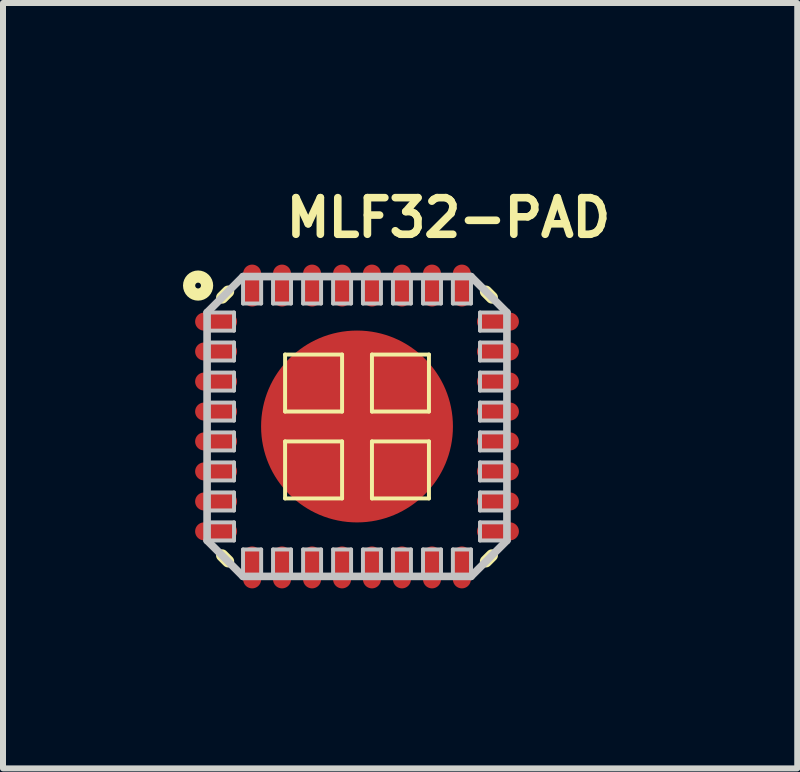
<source format=kicad_pcb>
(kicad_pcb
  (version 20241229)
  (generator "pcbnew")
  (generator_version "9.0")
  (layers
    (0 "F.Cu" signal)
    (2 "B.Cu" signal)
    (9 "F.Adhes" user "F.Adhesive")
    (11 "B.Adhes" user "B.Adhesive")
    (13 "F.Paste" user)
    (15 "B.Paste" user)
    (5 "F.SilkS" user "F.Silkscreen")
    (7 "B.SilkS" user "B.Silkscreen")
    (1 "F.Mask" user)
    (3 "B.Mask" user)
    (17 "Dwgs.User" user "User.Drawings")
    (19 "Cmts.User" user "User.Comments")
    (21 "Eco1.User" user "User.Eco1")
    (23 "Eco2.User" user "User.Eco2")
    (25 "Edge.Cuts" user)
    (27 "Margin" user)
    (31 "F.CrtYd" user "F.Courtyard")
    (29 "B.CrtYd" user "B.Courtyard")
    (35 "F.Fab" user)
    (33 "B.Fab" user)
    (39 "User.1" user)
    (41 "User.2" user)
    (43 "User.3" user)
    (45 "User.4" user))
  (footprint "MLF32-PAD"
    (layer "F.Cu")
    (at 2.901 4.059)
    (property "Reference" "MLF32-PAD" (at 1.524 -3.48 0) (layer "F.SilkS") (effects (font (size 0.61 0.61) (thickness 0.127))))
    (attr smd)
    (fp_line (start -2.248 -2.149) (end -2.149 -2.248) (stroke (width 0.203) (type solid)) (layer "F.SilkS"))
    (fp_line (start -2.149 2.248) (end -2.248 2.149) (stroke (width 0.203) (type solid)) (layer "F.SilkS"))
    (fp_line (start -1.199 -1.199) (end -0.249 -1.199) (stroke (width 0.066) (type solid)) (layer "F.SilkS"))
    (fp_line (start -1.199 -0.249) (end -1.199 -1.199) (stroke (width 0.066) (type solid)) (layer "F.SilkS"))
    (fp_line (start -1.199 -0.249) (end -0.249 -0.249) (stroke (width 0.066) (type solid)) (layer "F.SilkS"))
    (fp_line (start -1.199 0.249) (end -0.249 0.249) (stroke (width 0.066) (type solid)) (layer "F.SilkS"))
    (fp_line (start -1.199 1.199) (end -1.199 0.249) (stroke (width 0.066) (type solid)) (layer "F.SilkS"))
    (fp_line (start -1.199 1.199) (end -0.249 1.199) (stroke (width 0.066) (type solid)) (layer "F.SilkS"))
    (fp_line (start -0.249 -0.249) (end -0.249 -1.199) (stroke (width 0.066) (type solid)) (layer "F.SilkS"))
    (fp_line (start -0.249 1.199) (end -0.249 0.249) (stroke (width 0.066) (type solid)) (layer "F.SilkS"))
    (fp_line (start 0.249 -1.199) (end 1.199 -1.199) (stroke (width 0.066) (type solid)) (layer "F.SilkS"))
    (fp_line (start 0.249 -0.249) (end 0.249 -1.199) (stroke (width 0.066) (type solid)) (layer "F.SilkS"))
    (fp_line (start 0.249 -0.249) (end 1.199 -0.249) (stroke (width 0.066) (type solid)) (layer "F.SilkS"))
    (fp_line (start 0.249 0.249) (end 1.199 0.249) (stroke (width 0.066) (type solid)) (layer "F.SilkS"))
    (fp_line (start 0.249 1.199) (end 0.249 0.249) (stroke (width 0.066) (type solid)) (layer "F.SilkS"))
    (fp_line (start 0.249 1.199) (end 1.199 1.199) (stroke (width 0.066) (type solid)) (layer "F.SilkS"))
    (fp_line (start 1.199 -0.249) (end 1.199 -1.199) (stroke (width 0.066) (type solid)) (layer "F.SilkS"))
    (fp_line (start 1.199 1.199) (end 1.199 0.249) (stroke (width 0.066) (type solid)) (layer "F.SilkS"))
    (fp_line (start 2.149 -2.248) (end 2.248 -2.149) (stroke (width 0.203) (type solid)) (layer "F.SilkS"))
    (fp_line (start 2.248 2.149) (end 2.149 2.248) (stroke (width 0.203) (type solid)) (layer "F.SilkS"))
    (fp_circle (center -2.649 -2.349) (end -2.649 -2.499) (stroke (width 0.203) (type solid)) (fill no) (layer "F.SilkS"))
    (fp_line (start -2.499 -1.9) (end -2.05 -1.9) (stroke (width 0.066) (type solid)) (layer "Dwgs.User"))
    (fp_line (start -2.499 -1.9) (end -1.9 -2.499) (stroke (width 0.127) (type solid)) (layer "Dwgs.User"))
    (fp_line (start -2.499 -1.598) (end -2.499 -1.9) (stroke (width 0.066) (type solid)) (layer "Dwgs.User"))
    (fp_line (start -2.499 -1.598) (end -2.05 -1.598) (stroke (width 0.066) (type solid)) (layer "Dwgs.User"))
    (fp_line (start -2.499 -1.4) (end -2.05 -1.4) (stroke (width 0.066) (type solid)) (layer "Dwgs.User"))
    (fp_line (start -2.499 -1.1) (end -2.499 -1.4) (stroke (width 0.066) (type solid)) (layer "Dwgs.User"))
    (fp_line (start -2.499 -1.1) (end -2.05 -1.1) (stroke (width 0.066) (type solid)) (layer "Dwgs.User"))
    (fp_line (start -2.499 -0.899) (end -2.05 -0.899) (stroke (width 0.066) (type solid)) (layer "Dwgs.User"))
    (fp_line (start -2.499 -0.599) (end -2.499 -0.899) (stroke (width 0.066) (type solid)) (layer "Dwgs.User"))
    (fp_line (start -2.499 -0.599) (end -2.05 -0.599) (stroke (width 0.066) (type solid)) (layer "Dwgs.User"))
    (fp_line (start -2.499 -0.399) (end -2.05 -0.399) (stroke (width 0.066) (type solid)) (layer "Dwgs.User"))
    (fp_line (start -2.499 -0.099) (end -2.499 -0.399) (stroke (width 0.066) (type solid)) (layer "Dwgs.User"))
    (fp_line (start -2.499 -0.099) (end -2.05 -0.099) (stroke (width 0.066) (type solid)) (layer "Dwgs.User"))
    (fp_line (start -2.499 0.099) (end -2.05 0.099) (stroke (width 0.066) (type solid)) (layer "Dwgs.User"))
    (fp_line (start -2.499 0.399) (end -2.499 0.099) (stroke (width 0.066) (type solid)) (layer "Dwgs.User"))
    (fp_line (start -2.499 0.399) (end -2.05 0.399) (stroke (width 0.066) (type solid)) (layer "Dwgs.User"))
    (fp_line (start -2.499 0.599) (end -2.05 0.599) (stroke (width 0.066) (type solid)) (layer "Dwgs.User"))
    (fp_line (start -2.499 0.899) (end -2.499 0.599) (stroke (width 0.066) (type solid)) (layer "Dwgs.User"))
    (fp_line (start -2.499 0.899) (end -2.05 0.899) (stroke (width 0.066) (type solid)) (layer "Dwgs.User"))
    (fp_line (start -2.499 1.1) (end -2.05 1.1) (stroke (width 0.066) (type solid)) (layer "Dwgs.User"))
    (fp_line (start -2.499 1.4) (end -2.499 1.1) (stroke (width 0.066) (type solid)) (layer "Dwgs.User"))
    (fp_line (start -2.499 1.4) (end -2.05 1.4) (stroke (width 0.066) (type solid)) (layer "Dwgs.User"))
    (fp_line (start -2.499 1.598) (end -2.05 1.598) (stroke (width 0.066) (type solid)) (layer "Dwgs.User"))
    (fp_line (start -2.499 1.9) (end -2.499 -1.9) (stroke (width 0.127) (type solid)) (layer "Dwgs.User"))
    (fp_line (start -2.499 1.9) (end -2.499 1.598) (stroke (width 0.066) (type solid)) (layer "Dwgs.User"))
    (fp_line (start -2.499 1.9) (end -2.05 1.9) (stroke (width 0.066) (type solid)) (layer "Dwgs.User"))
    (fp_line (start -2.05 -1.598) (end -2.05 -1.9) (stroke (width 0.066) (type solid)) (layer "Dwgs.User"))
    (fp_line (start -2.05 -1.1) (end -2.05 -1.4) (stroke (width 0.066) (type solid)) (layer "Dwgs.User"))
    (fp_line (start -2.05 -0.599) (end -2.05 -0.899) (stroke (width 0.066) (type solid)) (layer "Dwgs.User"))
    (fp_line (start -2.05 -0.099) (end -2.05 -0.399) (stroke (width 0.066) (type solid)) (layer "Dwgs.User"))
    (fp_line (start -2.05 0.399) (end -2.05 0.099) (stroke (width 0.066) (type solid)) (layer "Dwgs.User"))
    (fp_line (start -2.05 0.899) (end -2.05 0.599) (stroke (width 0.066) (type solid)) (layer "Dwgs.User"))
    (fp_line (start -2.05 1.4) (end -2.05 1.1) (stroke (width 0.066) (type solid)) (layer "Dwgs.User"))
    (fp_line (start -2.05 1.9) (end -2.05 1.598) (stroke (width 0.066) (type solid)) (layer "Dwgs.User"))
    (fp_line (start -1.9 -2.499) (end -1.598 -2.499) (stroke (width 0.066) (type solid)) (layer "Dwgs.User"))
    (fp_line (start -1.9 -2.499) (end 1.9 -2.499) (stroke (width 0.127) (type solid)) (layer "Dwgs.User"))
    (fp_line (start -1.9 -2.05) (end -1.9 -2.499) (stroke (width 0.066) (type solid)) (layer "Dwgs.User"))
    (fp_line (start -1.9 -2.05) (end -1.598 -2.05) (stroke (width 0.066) (type solid)) (layer "Dwgs.User"))
    (fp_line (start -1.9 2.05) (end -1.598 2.05) (stroke (width 0.066) (type solid)) (layer "Dwgs.User"))
    (fp_line (start -1.9 2.499) (end -2.499 1.9) (stroke (width 0.127) (type solid)) (layer "Dwgs.User"))
    (fp_line (start -1.9 2.499) (end -1.9 2.05) (stroke (width 0.066) (type solid)) (layer "Dwgs.User"))
    (fp_line (start -1.9 2.499) (end -1.598 2.499) (stroke (width 0.066) (type solid)) (layer "Dwgs.User"))
    (fp_line (start -1.598 -2.05) (end -1.598 -2.499) (stroke (width 0.066) (type solid)) (layer "Dwgs.User"))
    (fp_line (start -1.598 2.499) (end -1.598 2.05) (stroke (width 0.066) (type solid)) (layer "Dwgs.User"))
    (fp_line (start -1.4 -2.499) (end -1.1 -2.499) (stroke (width 0.066) (type solid)) (layer "Dwgs.User"))
    (fp_line (start -1.4 -2.05) (end -1.4 -2.499) (stroke (width 0.066) (type solid)) (layer "Dwgs.User"))
    (fp_line (start -1.4 -2.05) (end -1.1 -2.05) (stroke (width 0.066) (type solid)) (layer "Dwgs.User"))
    (fp_line (start -1.4 2.05) (end -1.1 2.05) (stroke (width 0.066) (type solid)) (layer "Dwgs.User"))
    (fp_line (start -1.4 2.499) (end -1.4 2.05) (stroke (width 0.066) (type solid)) (layer "Dwgs.User"))
    (fp_line (start -1.4 2.499) (end -1.1 2.499) (stroke (width 0.066) (type solid)) (layer "Dwgs.User"))
    (fp_line (start -1.1 -2.05) (end -1.1 -2.499) (stroke (width 0.066) (type solid)) (layer "Dwgs.User"))
    (fp_line (start -1.1 2.499) (end -1.1 2.05) (stroke (width 0.066) (type solid)) (layer "Dwgs.User"))
    (fp_line (start -0.899 -2.499) (end -0.599 -2.499) (stroke (width 0.066) (type solid)) (layer "Dwgs.User"))
    (fp_line (start -0.899 -2.05) (end -0.899 -2.499) (stroke (width 0.066) (type solid)) (layer "Dwgs.User"))
    (fp_line (start -0.899 -2.05) (end -0.599 -2.05) (stroke (width 0.066) (type solid)) (layer "Dwgs.User"))
    (fp_line (start -0.899 2.05) (end -0.599 2.05) (stroke (width 0.066) (type solid)) (layer "Dwgs.User"))
    (fp_line (start -0.899 2.499) (end -0.899 2.05) (stroke (width 0.066) (type solid)) (layer "Dwgs.User"))
    (fp_line (start -0.899 2.499) (end -0.599 2.499) (stroke (width 0.066) (type solid)) (layer "Dwgs.User"))
    (fp_line (start -0.599 -2.05) (end -0.599 -2.499) (stroke (width 0.066) (type solid)) (layer "Dwgs.User"))
    (fp_line (start -0.599 2.499) (end -0.599 2.05) (stroke (width 0.066) (type solid)) (layer "Dwgs.User"))
    (fp_line (start -0.399 -2.499) (end -0.099 -2.499) (stroke (width 0.066) (type solid)) (layer "Dwgs.User"))
    (fp_line (start -0.399 -2.05) (end -0.399 -2.499) (stroke (width 0.066) (type solid)) (layer "Dwgs.User"))
    (fp_line (start -0.399 -2.05) (end -0.099 -2.05) (stroke (width 0.066) (type solid)) (layer "Dwgs.User"))
    (fp_line (start -0.399 2.05) (end -0.099 2.05) (stroke (width 0.066) (type solid)) (layer "Dwgs.User"))
    (fp_line (start -0.399 2.499) (end -0.399 2.05) (stroke (width 0.066) (type solid)) (layer "Dwgs.User"))
    (fp_line (start -0.399 2.499) (end -0.099 2.499) (stroke (width 0.066) (type solid)) (layer "Dwgs.User"))
    (fp_line (start -0.099 -2.05) (end -0.099 -2.499) (stroke (width 0.066) (type solid)) (layer "Dwgs.User"))
    (fp_line (start -0.099 2.499) (end -0.099 2.05) (stroke (width 0.066) (type solid)) (layer "Dwgs.User"))
    (fp_line (start 0.099 -2.499) (end 0.399 -2.499) (stroke (width 0.066) (type solid)) (layer "Dwgs.User"))
    (fp_line (start 0.099 -2.05) (end 0.099 -2.499) (stroke (width 0.066) (type solid)) (layer "Dwgs.User"))
    (fp_line (start 0.099 -2.05) (end 0.399 -2.05) (stroke (width 0.066) (type solid)) (layer "Dwgs.User"))
    (fp_line (start 0.099 2.05) (end 0.399 2.05) (stroke (width 0.066) (type solid)) (layer "Dwgs.User"))
    (fp_line (start 0.099 2.499) (end 0.099 2.05) (stroke (width 0.066) (type solid)) (layer "Dwgs.User"))
    (fp_line (start 0.099 2.499) (end 0.399 2.499) (stroke (width 0.066) (type solid)) (layer "Dwgs.User"))
    (fp_line (start 0.399 -2.05) (end 0.399 -2.499) (stroke (width 0.066) (type solid)) (layer "Dwgs.User"))
    (fp_line (start 0.399 2.499) (end 0.399 2.05) (stroke (width 0.066) (type solid)) (layer "Dwgs.User"))
    (fp_line (start 0.599 -2.499) (end 0.899 -2.499) (stroke (width 0.066) (type solid)) (layer "Dwgs.User"))
    (fp_line (start 0.599 -2.05) (end 0.599 -2.499) (stroke (width 0.066) (type solid)) (layer "Dwgs.User"))
    (fp_line (start 0.599 -2.05) (end 0.899 -2.05) (stroke (width 0.066) (type solid)) (layer "Dwgs.User"))
    (fp_line (start 0.599 2.05) (end 0.899 2.05) (stroke (width 0.066) (type solid)) (layer "Dwgs.User"))
    (fp_line (start 0.599 2.499) (end 0.599 2.05) (stroke (width 0.066) (type solid)) (layer "Dwgs.User"))
    (fp_line (start 0.599 2.499) (end 0.899 2.499) (stroke (width 0.066) (type solid)) (layer "Dwgs.User"))
    (fp_line (start 0.899 -2.05) (end 0.899 -2.499) (stroke (width 0.066) (type solid)) (layer "Dwgs.User"))
    (fp_line (start 0.899 2.499) (end 0.899 2.05) (stroke (width 0.066) (type solid)) (layer "Dwgs.User"))
    (fp_line (start 1.1 -2.499) (end 1.4 -2.499) (stroke (width 0.066) (type solid)) (layer "Dwgs.User"))
    (fp_line (start 1.1 -2.05) (end 1.1 -2.499) (stroke (width 0.066) (type solid)) (layer "Dwgs.User"))
    (fp_line (start 1.1 -2.05) (end 1.4 -2.05) (stroke (width 0.066) (type solid)) (layer "Dwgs.User"))
    (fp_line (start 1.1 2.05) (end 1.4 2.05) (stroke (width 0.066) (type solid)) (layer "Dwgs.User"))
    (fp_line (start 1.1 2.499) (end 1.1 2.05) (stroke (width 0.066) (type solid)) (layer "Dwgs.User"))
    (fp_line (start 1.1 2.499) (end 1.4 2.499) (stroke (width 0.066) (type solid)) (layer "Dwgs.User"))
    (fp_line (start 1.4 -2.05) (end 1.4 -2.499) (stroke (width 0.066) (type solid)) (layer "Dwgs.User"))
    (fp_line (start 1.4 2.499) (end 1.4 2.05) (stroke (width 0.066) (type solid)) (layer "Dwgs.User"))
    (fp_line (start 1.598 -2.499) (end 1.9 -2.499) (stroke (width 0.066) (type solid)) (layer "Dwgs.User"))
    (fp_line (start 1.598 -2.05) (end 1.598 -2.499) (stroke (width 0.066) (type solid)) (layer "Dwgs.User"))
    (fp_line (start 1.598 -2.05) (end 1.9 -2.05) (stroke (width 0.066) (type solid)) (layer "Dwgs.User"))
    (fp_line (start 1.598 2.05) (end 1.9 2.05) (stroke (width 0.066) (type solid)) (layer "Dwgs.User"))
    (fp_line (start 1.598 2.499) (end 1.598 2.05) (stroke (width 0.066) (type solid)) (layer "Dwgs.User"))
    (fp_line (start 1.598 2.499) (end 1.9 2.499) (stroke (width 0.066) (type solid)) (layer "Dwgs.User"))
    (fp_line (start 1.9 -2.499) (end 2.499 -1.9) (stroke (width 0.127) (type solid)) (layer "Dwgs.User"))
    (fp_line (start 1.9 -2.05) (end 1.9 -2.499) (stroke (width 0.066) (type solid)) (layer "Dwgs.User"))
    (fp_line (start 1.9 2.499) (end -1.9 2.499) (stroke (width 0.127) (type solid)) (layer "Dwgs.User"))
    (fp_line (start 1.9 2.499) (end 1.9 2.05) (stroke (width 0.066) (type solid)) (layer "Dwgs.User"))
    (fp_line (start 2.05 -1.9) (end 2.499 -1.9) (stroke (width 0.066) (type solid)) (layer "Dwgs.User"))
    (fp_line (start 2.05 -1.598) (end 2.05 -1.9) (stroke (width 0.066) (type solid)) (layer "Dwgs.User"))
    (fp_line (start 2.05 -1.598) (end 2.499 -1.598) (stroke (width 0.066) (type solid)) (layer "Dwgs.User"))
    (fp_line (start 2.05 -1.4) (end 2.499 -1.4) (stroke (width 0.066) (type solid)) (layer "Dwgs.User"))
    (fp_line (start 2.05 -1.1) (end 2.05 -1.4) (stroke (width 0.066) (type solid)) (layer "Dwgs.User"))
    (fp_line (start 2.05 -1.1) (end 2.499 -1.1) (stroke (width 0.066) (type solid)) (layer "Dwgs.User"))
    (fp_line (start 2.05 -0.899) (end 2.499 -0.899) (stroke (width 0.066) (type solid)) (layer "Dwgs.User"))
    (fp_line (start 2.05 -0.599) (end 2.05 -0.899) (stroke (width 0.066) (type solid)) (layer "Dwgs.User"))
    (fp_line (start 2.05 -0.599) (end 2.499 -0.599) (stroke (width 0.066) (type solid)) (layer "Dwgs.User"))
    (fp_line (start 2.05 -0.399) (end 2.499 -0.399) (stroke (width 0.066) (type solid)) (layer "Dwgs.User"))
    (fp_line (start 2.05 -0.099) (end 2.05 -0.399) (stroke (width 0.066) (type solid)) (layer "Dwgs.User"))
    (fp_line (start 2.05 -0.099) (end 2.499 -0.099) (stroke (width 0.066) (type solid)) (layer "Dwgs.User"))
    (fp_line (start 2.05 0.099) (end 2.499 0.099) (stroke (width 0.066) (type solid)) (layer "Dwgs.User"))
    (fp_line (start 2.05 0.399) (end 2.05 0.099) (stroke (width 0.066) (type solid)) (layer "Dwgs.User"))
    (fp_line (start 2.05 0.399) (end 2.499 0.399) (stroke (width 0.066) (type solid)) (layer "Dwgs.User"))
    (fp_line (start 2.05 0.599) (end 2.499 0.599) (stroke (width 0.066) (type solid)) (layer "Dwgs.User"))
    (fp_line (start 2.05 0.899) (end 2.05 0.599) (stroke (width 0.066) (type solid)) (layer "Dwgs.User"))
    (fp_line (start 2.05 0.899) (end 2.499 0.899) (stroke (width 0.066) (type solid)) (layer "Dwgs.User"))
    (fp_line (start 2.05 1.1) (end 2.499 1.1) (stroke (width 0.066) (type solid)) (layer "Dwgs.User"))
    (fp_line (start 2.05 1.4) (end 2.05 1.1) (stroke (width 0.066) (type solid)) (layer "Dwgs.User"))
    (fp_line (start 2.05 1.4) (end 2.499 1.4) (stroke (width 0.066) (type solid)) (layer "Dwgs.User"))
    (fp_line (start 2.05 1.598) (end 2.499 1.598) (stroke (width 0.066) (type solid)) (layer "Dwgs.User"))
    (fp_line (start 2.05 1.9) (end 2.05 1.598) (stroke (width 0.066) (type solid)) (layer "Dwgs.User"))
    (fp_line (start 2.05 1.9) (end 2.499 1.9) (stroke (width 0.066) (type solid)) (layer "Dwgs.User"))
    (fp_line (start 2.499 -1.9) (end 2.499 1.9) (stroke (width 0.127) (type solid)) (layer "Dwgs.User"))
    (fp_line (start 2.499 -1.598) (end 2.499 -1.9) (stroke (width 0.066) (type solid)) (layer "Dwgs.User"))
    (fp_line (start 2.499 -1.1) (end 2.499 -1.4) (stroke (width 0.066) (type solid)) (layer "Dwgs.User"))
    (fp_line (start 2.499 -0.599) (end 2.499 -0.899) (stroke (width 0.066) (type solid)) (layer "Dwgs.User"))
    (fp_line (start 2.499 -0.099) (end 2.499 -0.399) (stroke (width 0.066) (type solid)) (layer "Dwgs.User"))
    (fp_line (start 2.499 0.399) (end 2.499 0.099) (stroke (width 0.066) (type solid)) (layer "Dwgs.User"))
    (fp_line (start 2.499 0.899) (end 2.499 0.599) (stroke (width 0.066) (type solid)) (layer "Dwgs.User"))
    (fp_line (start 2.499 1.4) (end 2.499 1.1) (stroke (width 0.066) (type solid)) (layer "Dwgs.User"))
    (fp_line (start 2.499 1.9) (end 1.9 2.499) (stroke (width 0.127) (type solid)) (layer "Dwgs.User"))
    (fp_line (start 2.499 1.9) (end 2.499 1.598) (stroke (width 0.066) (type solid)) (layer "Dwgs.User"))
    (pad "1" smd oval (at -2.349 -1.748) (size 0.699 0.3) (layers "F.Cu" "F.Mask" "F.Paste"))
    (pad "2" smd oval (at -2.349 -1.25) (size 0.699 0.3) (layers "F.Cu" "F.Mask" "F.Paste"))
    (pad "3" smd oval (at -2.349 -0.749) (size 0.699 0.3) (layers "F.Cu" "F.Mask" "F.Paste"))
    (pad "4" smd oval (at -2.349 -0.249) (size 0.699 0.3) (layers "F.Cu" "F.Mask" "F.Paste"))
    (pad "5" smd oval (at -2.349 0.249) (size 0.699 0.3) (layers "F.Cu" "F.Mask" "F.Paste"))
    (pad "6" smd oval (at -2.349 0.749) (size 0.699 0.3) (layers "F.Cu" "F.Mask" "F.Paste"))
    (pad "7" smd oval (at -2.349 1.25) (size 0.699 0.3) (layers "F.Cu" "F.Mask" "F.Paste"))
    (pad "8" smd oval (at -2.349 1.748) (size 0.699 0.3) (layers "F.Cu" "F.Mask" "F.Paste"))
    (pad "9" smd oval (at -1.748 2.349) (size 0.3 0.699) (layers "F.Cu" "F.Mask" "F.Paste"))
    (pad "10" smd oval (at -1.25 2.349) (size 0.3 0.699) (layers "F.Cu" "F.Mask" "F.Paste"))
    (pad "11" smd oval (at -0.749 2.349) (size 0.3 0.699) (layers "F.Cu" "F.Mask" "F.Paste"))
    (pad "12" smd oval (at -0.249 2.349) (size 0.3 0.699) (layers "F.Cu" "F.Mask" "F.Paste"))
    (pad "13" smd oval (at 0.249 2.349) (size 0.3 0.699) (layers "F.Cu" "F.Mask" "F.Paste"))
    (pad "14" smd oval (at 0.749 2.349) (size 0.3 0.699) (layers "F.Cu" "F.Mask" "F.Paste"))
    (pad "15" smd oval (at 1.25 2.349) (size 0.3 0.699) (layers "F.Cu" "F.Mask" "F.Paste"))
    (pad "16" smd oval (at 1.748 2.349) (size 0.3 0.699) (layers "F.Cu" "F.Mask" "F.Paste"))
    (pad "17" smd oval (at 2.349 1.748) (size 0.699 0.3) (layers "F.Cu" "F.Mask" "F.Paste"))
    (pad "18" smd oval (at 2.349 1.25) (size 0.699 0.3) (layers "F.Cu" "F.Mask" "F.Paste"))
    (pad "19" smd oval (at 2.349 0.749) (size 0.699 0.3) (layers "F.Cu" "F.Mask" "F.Paste"))
    (pad "20" smd oval (at 2.349 0.249) (size 0.699 0.3) (layers "F.Cu" "F.Mask" "F.Paste"))
    (pad "21" smd oval (at 2.349 -0.249) (size 0.699 0.3) (layers "F.Cu" "F.Mask" "F.Paste"))
    (pad "22" smd oval (at 2.349 -0.749) (size 0.699 0.3) (layers "F.Cu" "F.Mask" "F.Paste"))
    (pad "23" smd oval (at 2.349 -1.25) (size 0.699 0.3) (layers "F.Cu" "F.Mask" "F.Paste"))
    (pad "24" smd oval (at 2.349 -1.748) (size 0.699 0.3) (layers "F.Cu" "F.Mask" "F.Paste"))
    (pad "25" smd oval (at 1.748 -2.349) (size 0.3 0.699) (layers "F.Cu" "F.Mask" "F.Paste"))
    (pad "26" smd oval (at 1.25 -2.349) (size 0.3 0.699) (layers "F.Cu" "F.Mask" "F.Paste"))
    (pad "27" smd oval (at 0.749 -2.349) (size 0.3 0.699) (layers "F.Cu" "F.Mask" "F.Paste"))
    (pad "28" smd oval (at 0.249 -2.349) (size 0.3 0.699) (layers "F.Cu" "F.Mask" "F.Paste"))
    (pad "29" smd oval (at -0.249 -2.349) (size 0.3 0.699) (layers "F.Cu" "F.Mask" "F.Paste"))
    (pad "30" smd oval (at -0.749 -2.349) (size 0.3 0.699) (layers "F.Cu" "F.Mask" "F.Paste"))
    (pad "31" smd oval (at -1.25 -2.349) (size 0.3 0.699) (layers "F.Cu" "F.Mask" "F.Paste"))
    (pad "32" smd oval (at -1.748 -2.349) (size 0.3 0.699) (layers "F.Cu" "F.Mask" "F.Paste"))
    (pad "PAD" smd oval (at 0 0) (size 3.198 3.198) (layers "F.Cu" "F.Mask" "F.Paste")))
  (gr_rect
    (start -3 -3)
    (end 10.239 9.758)
    (stroke (width 0.1) (type default))
    (fill no)
    (layer "Edge.Cuts")))
</source>
